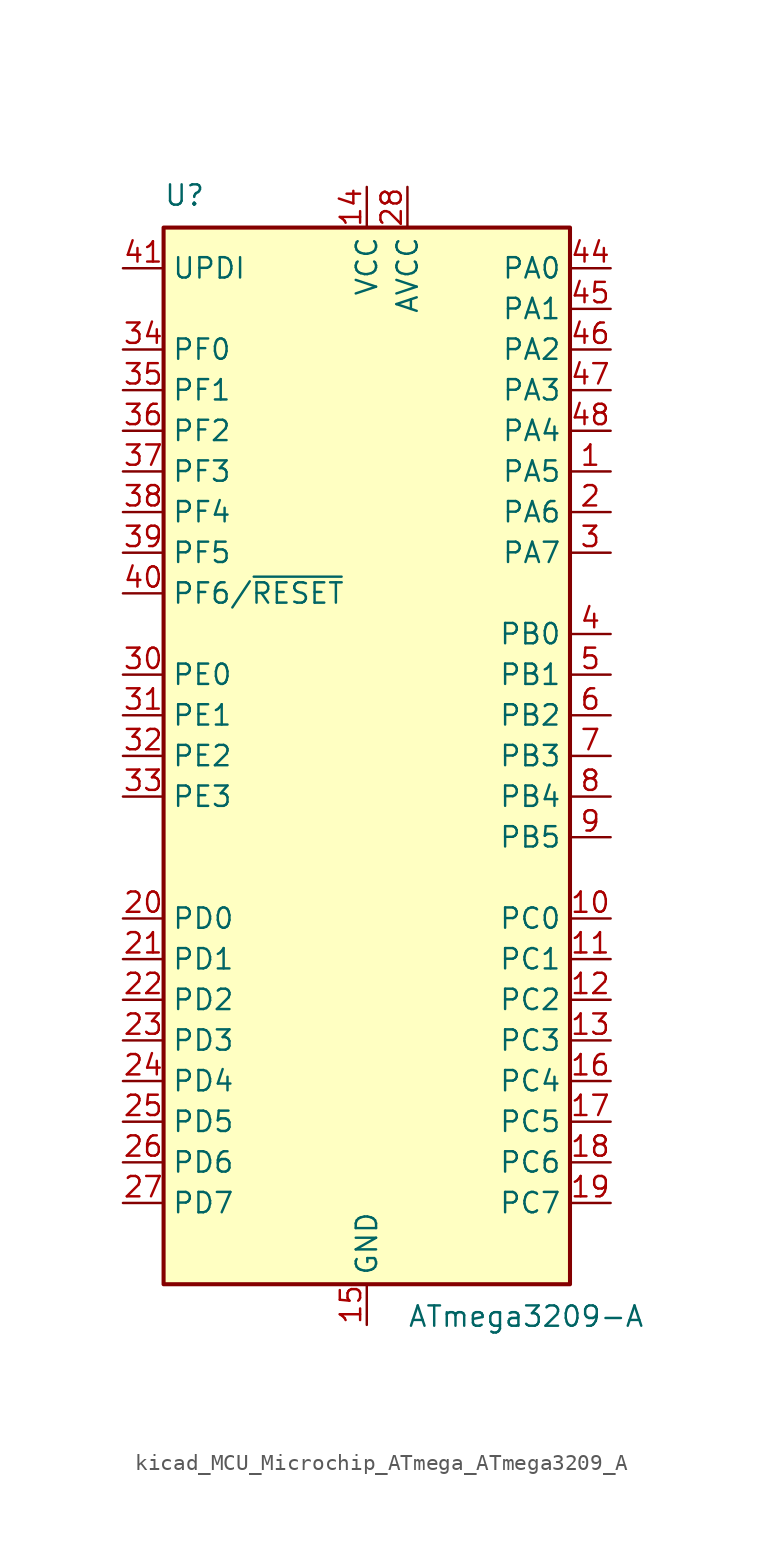
<source format=kicad_sym>
(kicad_symbol_lib
  (version 20220914)
  (generator kicad_symbol_editor)
  (symbol "kicad_MCU_Microchip_ATmega_ATmega3209_A"
    (property "Reference" "U"
      (at -12.7 34.29 0)
      (effects (font (size 1.27 1.27)) (justify left bottom)))
    (property "Value" "ATmega3209-A"
      (at 2.54 -34.29 0)
      (effects (font (size 1.27 1.27)) (justify left top)))
    (symbol "kicad_MCU_Microchip_ATmega_ATmega3209_A_0_1"
      (rectangle (start -12.7 -33.02) (end 12.7 33.02) (stroke (width 0.254) (type default)) (fill (type background))))
    (symbol "kicad_MCU_Microchip_ATmega_ATmega3209_A_1_1"
      (pin bidirectional line (at 15.24 17.78 180) (length 2.54) (name "PA5" (effects (font (size 1.27 1.27)))) (number "1" (effects (font (size 1.27 1.27)))))
      (pin bidirectional line (at 15.24 -10.16 180) (length 2.54) (name "PC0" (effects (font (size 1.27 1.27)))) (number "10" (effects (font (size 1.27 1.27)))))
      (pin bidirectional line (at 15.24 -12.7 180) (length 2.54) (name "PC1" (effects (font (size 1.27 1.27)))) (number "11" (effects (font (size 1.27 1.27)))))
      (pin bidirectional line (at 15.24 -15.24 180) (length 2.54) (name "PC2" (effects (font (size 1.27 1.27)))) (number "12" (effects (font (size 1.27 1.27)))))
      (pin bidirectional line (at 15.24 -17.78 180) (length 2.54) (name "PC3" (effects (font (size 1.27 1.27)))) (number "13" (effects (font (size 1.27 1.27)))))
      (pin power_in line (at 0 35.56 270) (length 2.54) (name "VCC" (effects (font (size 1.27 1.27)))) (number "14" (effects (font (size 1.27 1.27)))))
      (pin power_in line (at 0 -35.56 90) (length 2.54) (name "GND" (effects (font (size 1.27 1.27)))) (number "15" (effects (font (size 1.27 1.27)))))
      (pin bidirectional line (at 15.24 -20.32 180) (length 2.54) (name "PC4" (effects (font (size 1.27 1.27)))) (number "16" (effects (font (size 1.27 1.27)))))
      (pin bidirectional line (at 15.24 -22.86 180) (length 2.54) (name "PC5" (effects (font (size 1.27 1.27)))) (number "17" (effects (font (size 1.27 1.27)))))
      (pin bidirectional line (at 15.24 -25.4 180) (length 2.54) (name "PC6" (effects (font (size 1.27 1.27)))) (number "18" (effects (font (size 1.27 1.27)))))
      (pin bidirectional line (at 15.24 -27.94 180) (length 2.54) (name "PC7" (effects (font (size 1.27 1.27)))) (number "19" (effects (font (size 1.27 1.27)))))
      (pin bidirectional line (at 15.24 15.24 180) (length 2.54) (name "PA6" (effects (font (size 1.27 1.27)))) (number "2" (effects (font (size 1.27 1.27)))))
      (pin bidirectional line (at -15.24 -10.16 0) (length 2.54) (name "PD0" (effects (font (size 1.27 1.27)))) (number "20" (effects (font (size 1.27 1.27)))))
      (pin bidirectional line (at -15.24 -12.7 0) (length 2.54) (name "PD1" (effects (font (size 1.27 1.27)))) (number "21" (effects (font (size 1.27 1.27)))))
      (pin bidirectional line (at -15.24 -15.24 0) (length 2.54) (name "PD2" (effects (font (size 1.27 1.27)))) (number "22" (effects (font (size 1.27 1.27)))))
      (pin bidirectional line (at -15.24 -17.78 0) (length 2.54) (name "PD3" (effects (font (size 1.27 1.27)))) (number "23" (effects (font (size 1.27 1.27)))))
      (pin bidirectional line (at -15.24 -20.32 0) (length 2.54) (name "PD4" (effects (font (size 1.27 1.27)))) (number "24" (effects (font (size 1.27 1.27)))))
      (pin bidirectional line (at -15.24 -22.86 0) (length 2.54) (name "PD5" (effects (font (size 1.27 1.27)))) (number "25" (effects (font (size 1.27 1.27)))))
      (pin bidirectional line (at -15.24 -25.4 0) (length 2.54) (name "PD6" (effects (font (size 1.27 1.27)))) (number "26" (effects (font (size 1.27 1.27)))))
      (pin bidirectional line (at -15.24 -27.94 0) (length 2.54) (name "PD7" (effects (font (size 1.27 1.27)))) (number "27" (effects (font (size 1.27 1.27)))))
      (pin power_in line (at 2.54 35.56 270) (length 2.54) (name "AVCC" (effects (font (size 1.27 1.27)))) (number "28" (effects (font (size 1.27 1.27)))))
      (pin passive line (at 0 -35.56 90) (length 2.54) hide (name "GND" (effects (font (size 1.27 1.27)))) (number "29" (effects (font (size 1.27 1.27)))))
      (pin bidirectional line (at 15.24 12.7 180) (length 2.54) (name "PA7" (effects (font (size 1.27 1.27)))) (number "3" (effects (font (size 1.27 1.27)))))
      (pin bidirectional line (at -15.24 5.08 0) (length 2.54) (name "PE0" (effects (font (size 1.27 1.27)))) (number "30" (effects (font (size 1.27 1.27)))))
      (pin bidirectional line (at -15.24 2.54 0) (length 2.54) (name "PE1" (effects (font (size 1.27 1.27)))) (number "31" (effects (font (size 1.27 1.27)))))
      (pin bidirectional line (at -15.24 0 0) (length 2.54) (name "PE2" (effects (font (size 1.27 1.27)))) (number "32" (effects (font (size 1.27 1.27)))))
      (pin bidirectional line (at -15.24 -2.54 0) (length 2.54) (name "PE3" (effects (font (size 1.27 1.27)))) (number "33" (effects (font (size 1.27 1.27)))))
      (pin bidirectional line (at -15.24 25.4 0) (length 2.54) (name "PF0" (effects (font (size 1.27 1.27)))) (number "34" (effects (font (size 1.27 1.27)))))
      (pin bidirectional line (at -15.24 22.86 0) (length 2.54) (name "PF1" (effects (font (size 1.27 1.27)))) (number "35" (effects (font (size 1.27 1.27)))))
      (pin bidirectional line (at -15.24 20.32 0) (length 2.54) (name "PF2" (effects (font (size 1.27 1.27)))) (number "36" (effects (font (size 1.27 1.27)))))
      (pin bidirectional line (at -15.24 17.78 0) (length 2.54) (name "PF3" (effects (font (size 1.27 1.27)))) (number "37" (effects (font (size 1.27 1.27)))))
      (pin bidirectional line (at -15.24 15.24 0) (length 2.54) (name "PF4" (effects (font (size 1.27 1.27)))) (number "38" (effects (font (size 1.27 1.27)))))
      (pin bidirectional line (at -15.24 12.7 0) (length 2.54) (name "PF5" (effects (font (size 1.27 1.27)))) (number "39" (effects (font (size 1.27 1.27)))))
      (pin bidirectional line (at 15.24 7.62 180) (length 2.54) (name "PB0" (effects (font (size 1.27 1.27)))) (number "4" (effects (font (size 1.27 1.27)))))
      (pin bidirectional line (at -15.24 10.16 0) (length 2.54) (name "PF6/~{RESET}" (effects (font (size 1.27 1.27)))) (number "40" (effects (font (size 1.27 1.27)))))
      (pin bidirectional line (at -15.24 30.48 0) (length 2.54) (name "UPDI" (effects (font (size 1.27 1.27)))) (number "41" (effects (font (size 1.27 1.27)))))
      (pin passive line (at 0 35.56 270) (length 2.54) hide (name "VCC" (effects (font (size 1.27 1.27)))) (number "42" (effects (font (size 1.27 1.27)))))
      (pin passive line (at 0 -35.56 90) (length 2.54) hide (name "GND" (effects (font (size 1.27 1.27)))) (number "43" (effects (font (size 1.27 1.27)))))
      (pin bidirectional line (at 15.24 30.48 180) (length 2.54) (name "PA0" (effects (font (size 1.27 1.27)))) (number "44" (effects (font (size 1.27 1.27)))))
      (pin bidirectional line (at 15.24 27.94 180) (length 2.54) (name "PA1" (effects (font (size 1.27 1.27)))) (number "45" (effects (font (size 1.27 1.27)))))
      (pin bidirectional line (at 15.24 25.4 180) (length 2.54) (name "PA2" (effects (font (size 1.27 1.27)))) (number "46" (effects (font (size 1.27 1.27)))))
      (pin bidirectional line (at 15.24 22.86 180) (length 2.54) (name "PA3" (effects (font (size 1.27 1.27)))) (number "47" (effects (font (size 1.27 1.27)))))
      (pin bidirectional line (at 15.24 20.32 180) (length 2.54) (name "PA4" (effects (font (size 1.27 1.27)))) (number "48" (effects (font (size 1.27 1.27)))))
      (pin bidirectional line (at 15.24 5.08 180) (length 2.54) (name "PB1" (effects (font (size 1.27 1.27)))) (number "5" (effects (font (size 1.27 1.27)))))
      (pin bidirectional line (at 15.24 2.54 180) (length 2.54) (name "PB2" (effects (font (size 1.27 1.27)))) (number "6" (effects (font (size 1.27 1.27)))))
      (pin bidirectional line (at 15.24 0 180) (length 2.54) (name "PB3" (effects (font (size 1.27 1.27)))) (number "7" (effects (font (size 1.27 1.27)))))
      (pin bidirectional line (at 15.24 -2.54 180) (length 2.54) (name "PB4" (effects (font (size 1.27 1.27)))) (number "8" (effects (font (size 1.27 1.27)))))
      (pin bidirectional line (at 15.24 -5.08 180) (length 2.54) (name "PB5" (effects (font (size 1.27 1.27)))) (number "9" (effects (font (size 1.27 1.27))))))))
</source>
